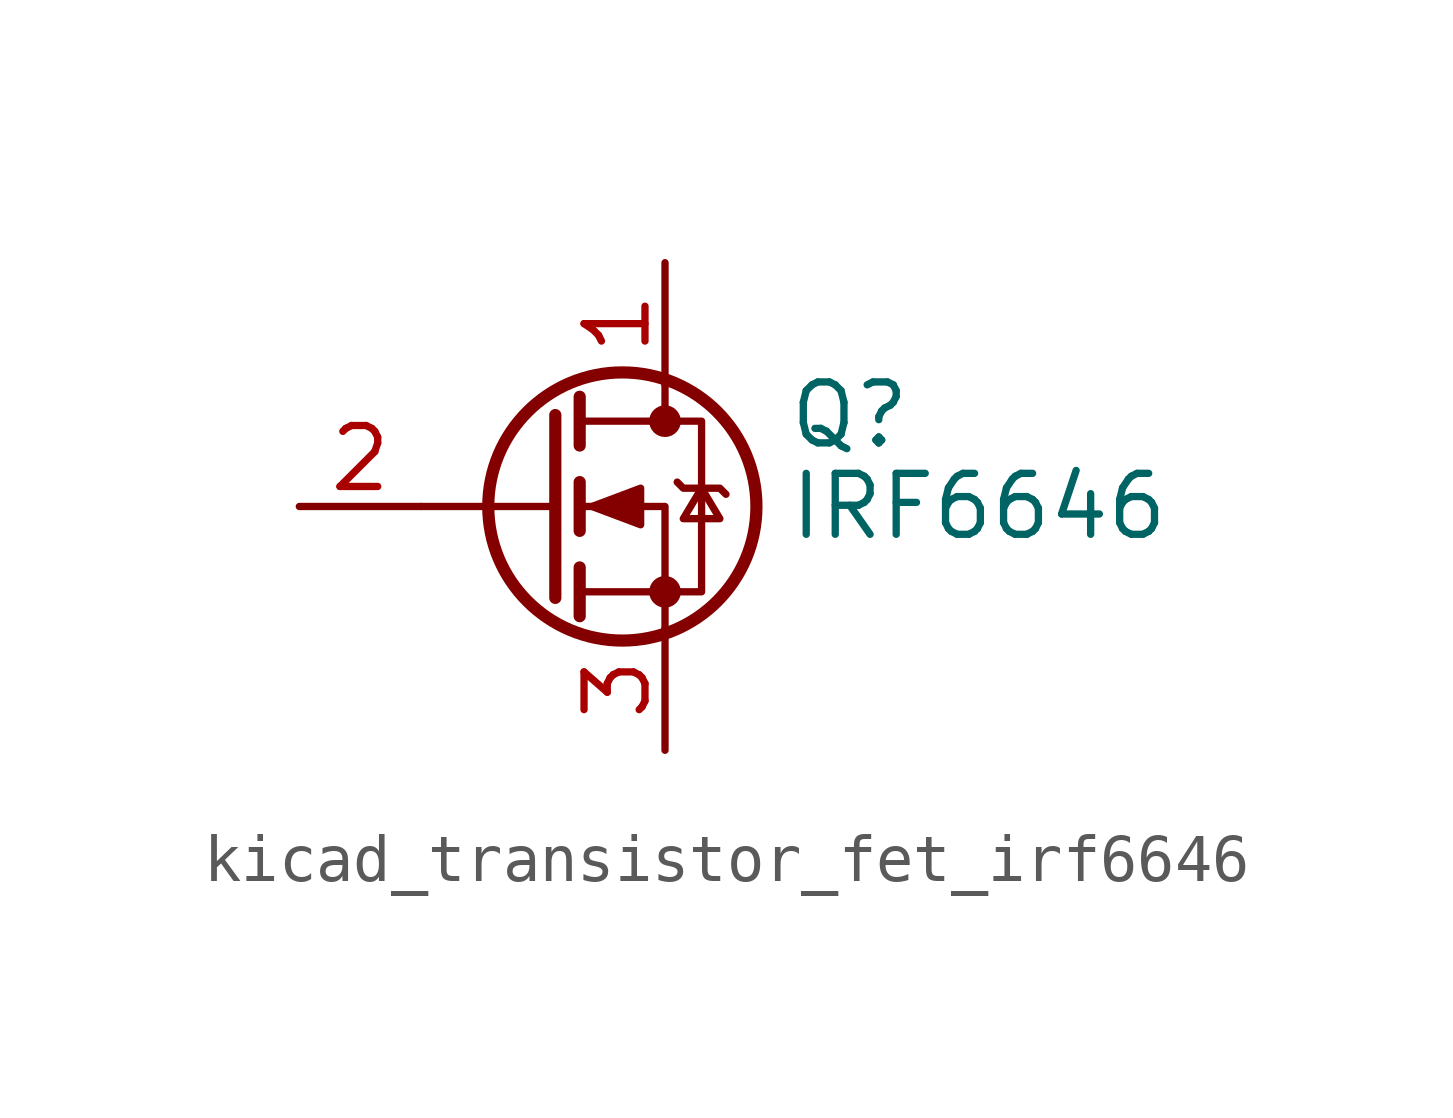
<source format=kicad_sym>
(kicad_symbol_lib
  (version 20220914)
  (generator kicad_symbol_editor)
  (symbol "kicad_transistor_fet_irf6646"
    (pin_names hide)
    (property "Reference" "Q"
      (at 5.08 1.905 0)
      (effects (font (size 1.27 1.27)) (justify left)))
    (property "Value" "IRF6646"
      (at 5.08 0 0)
      (effects (font (size 1.27 1.27)) (justify left)))
    (symbol "kicad_transistor_fet_irf6646_0_1"
      (polyline (pts (xy 0.254 0) (xy -2.54 0)) (stroke (width 0) (type default)) (fill (type none)))
      (polyline (pts (xy 0.254 1.905) (xy 0.254 -1.905)) (stroke (width 0.254) (type default)) (fill (type none)))
      (polyline (pts (xy 0.762 -1.27) (xy 0.762 -2.286)) (stroke (width 0.254) (type default)) (fill (type none)))
      (polyline (pts (xy 0.762 0.508) (xy 0.762 -0.508)) (stroke (width 0.254) (type default)) (fill (type none)))
      (polyline (pts (xy 0.762 2.286) (xy 0.762 1.27)) (stroke (width 0.254) (type default)) (fill (type none)))
      (polyline (pts (xy 2.54 2.54) (xy 2.54 1.778)) (stroke (width 0) (type default)) (fill (type none)))
      (polyline (pts (xy 2.54 -2.54) (xy 2.54 0) (xy 0.762 0)) (stroke (width 0) (type default)) (fill (type none)))
      (polyline (pts (xy 0.762 -1.778) (xy 3.302 -1.778) (xy 3.302 1.778) (xy 0.762 1.778)) (stroke (width 0) (type default)) (fill (type none)))
      (polyline (pts (xy 1.016 0) (xy 2.032 0.381) (xy 2.032 -0.381) (xy 1.016 0)) (stroke (width 0) (type default)) (fill (type outline)))
      (polyline (pts (xy 2.794 0.508) (xy 2.921 0.381) (xy 3.683 0.381) (xy 3.81 0.254)) (stroke (width 0) (type default)) (fill (type none)))
      (polyline (pts (xy 3.302 0.381) (xy 2.921 -0.254) (xy 3.683 -0.254) (xy 3.302 0.381)) (stroke (width 0) (type default)) (fill (type none)))
      (circle (center 1.651 0) (radius 2.794) (stroke (width 0.254) (type default)) (fill (type none)))
      (circle (center 2.54 -1.778) (radius 0.254) (stroke (width 0) (type default)) (fill (type outline)))
      (circle (center 2.54 1.778) (radius 0.254) (stroke (width 0) (type default)) (fill (type outline))))
    (symbol "kicad_transistor_fet_irf6646_1_1"
      (pin passive line (at 2.54 5.08 270) (length 2.54) (name "D" (effects (font (size 1.27 1.27)))) (number "1" (effects (font (size 1.27 1.27)))))
      (pin input line (at -5.08 0 0) (length 2.54) (name "G" (effects (font (size 1.27 1.27)))) (number "2" (effects (font (size 1.27 1.27)))))
      (pin passive line (at 2.54 -5.08 90) (length 2.54) (name "S" (effects (font (size 1.27 1.27)))) (number "3" (effects (font (size 1.27 1.27))))))))
</source>
